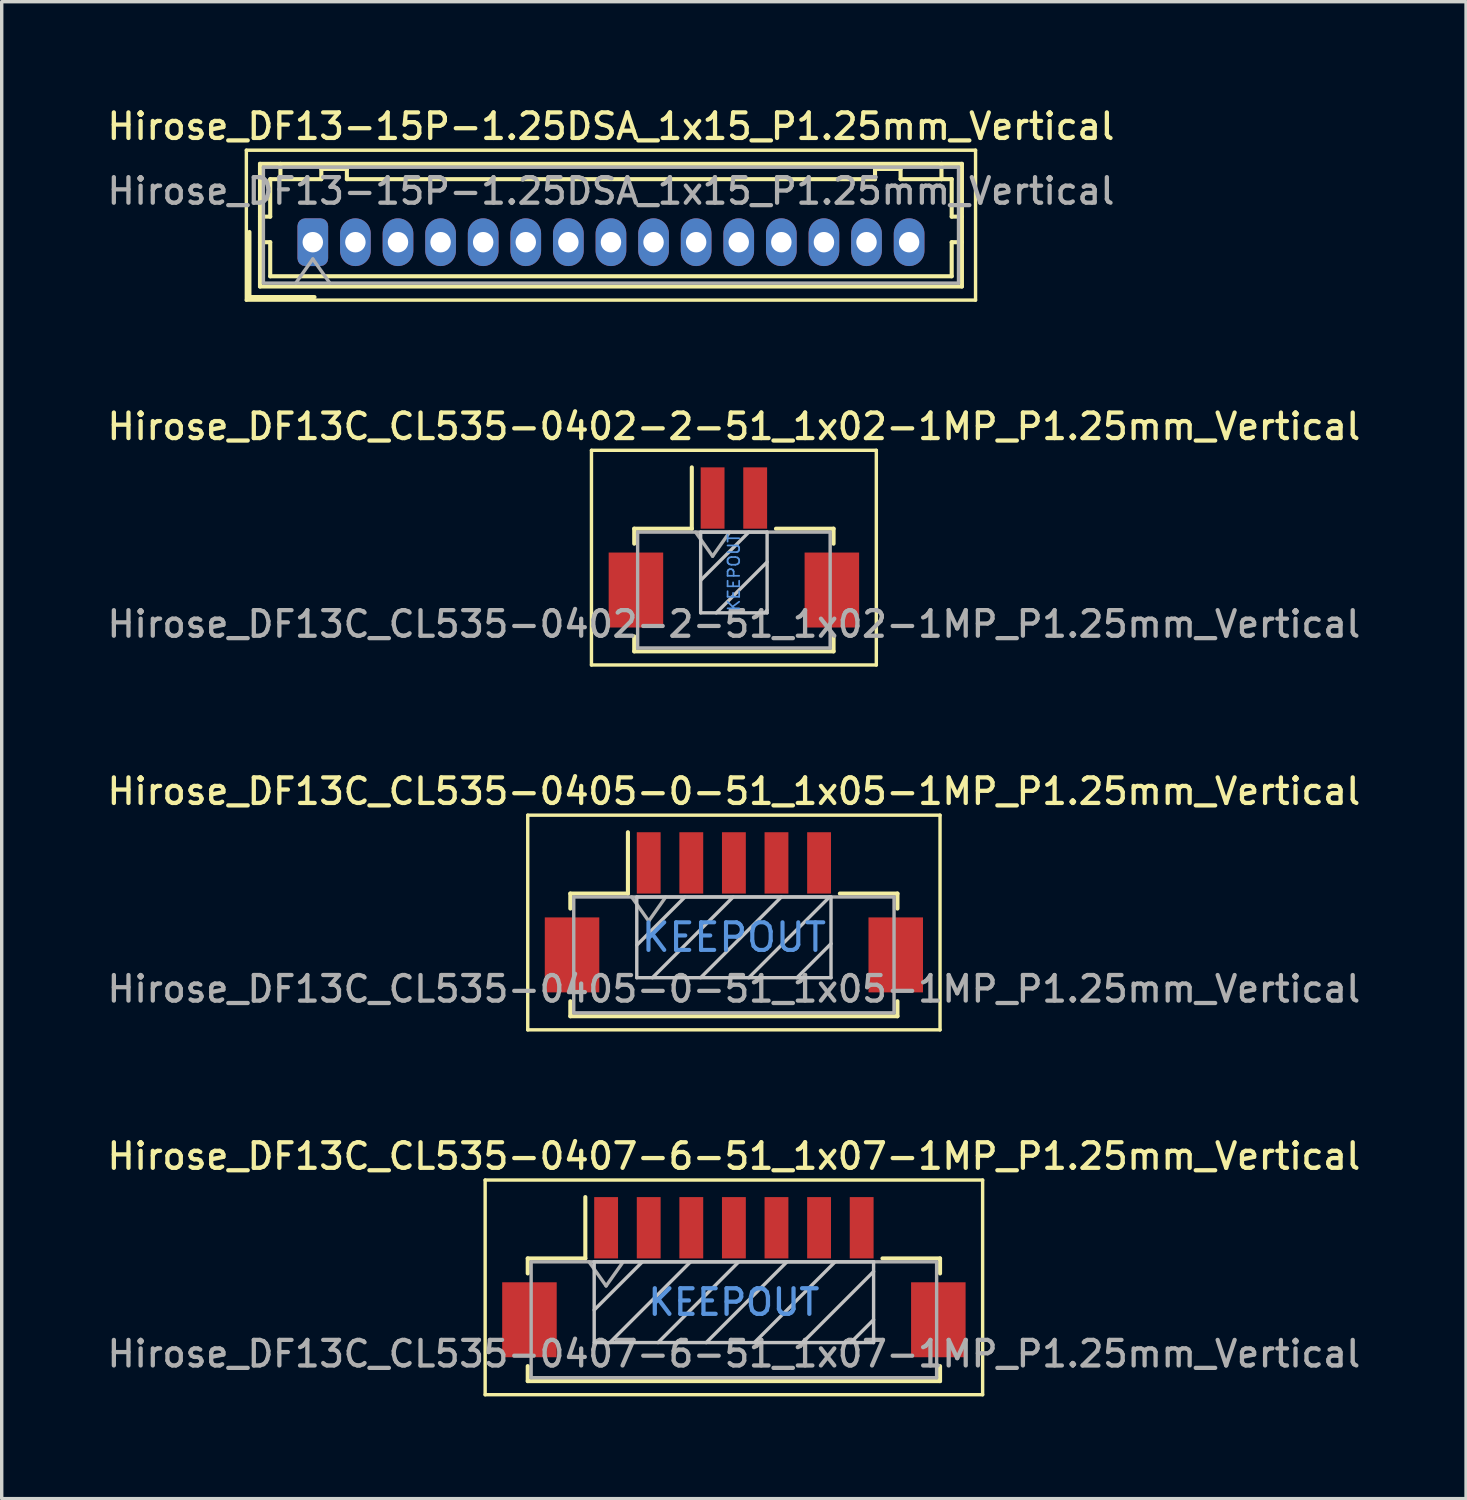
<source format=kicad_pcb>
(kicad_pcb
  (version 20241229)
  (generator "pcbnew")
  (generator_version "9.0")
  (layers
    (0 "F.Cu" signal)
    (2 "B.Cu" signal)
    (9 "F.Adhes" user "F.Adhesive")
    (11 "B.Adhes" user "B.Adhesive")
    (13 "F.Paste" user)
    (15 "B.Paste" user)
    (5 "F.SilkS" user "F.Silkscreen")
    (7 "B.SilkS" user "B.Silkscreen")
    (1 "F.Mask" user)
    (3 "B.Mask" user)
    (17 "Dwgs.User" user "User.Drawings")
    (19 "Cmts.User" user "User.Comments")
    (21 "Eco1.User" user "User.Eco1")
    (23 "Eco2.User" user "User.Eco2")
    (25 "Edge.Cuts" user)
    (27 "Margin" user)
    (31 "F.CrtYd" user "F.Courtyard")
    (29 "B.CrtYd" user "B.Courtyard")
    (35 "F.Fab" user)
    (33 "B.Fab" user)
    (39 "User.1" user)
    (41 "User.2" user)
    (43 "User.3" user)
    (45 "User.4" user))
  (footprint "Hirose_DF13-15P-1.25DSA_1x15_P1.25mm_Vertical"
    (layer "F.Cu")
    (at 6.13 4.058)
    (property "Reference" "Hirose_DF13-15P-1.25DSA_1x15_P1.25mm_Vertical" (at 8.75 -3.4 0) (layer "F.SilkS") (effects (font (size 0.75 0.75) (thickness 0.125))))
    (attr through_hole)
    (fp_line (start -1.95 -2.7) (end -1.95 1.7) (stroke (width 0.1) (type solid)) (layer "F.SilkS"))
    (fp_line (start -1.95 1.7) (end 19.45 1.7) (stroke (width 0.1) (type solid)) (layer "F.SilkS"))
    (fp_line (start -1.86 -0.3) (end -1.86 1.61) (stroke (width 0.12) (type solid)) (layer "F.SilkS"))
    (fp_line (start -1.86 1.61) (end 0.05 1.61) (stroke (width 0.12) (type solid)) (layer "F.SilkS"))
    (fp_line (start -1.55 -2.3) (end -1.55 1.3) (stroke (width 0.12) (type solid)) (layer "F.SilkS"))
    (fp_line (start -1.55 -0.75) (end -1.25 -0.75) (stroke (width 0.12) (type solid)) (layer "F.SilkS"))
    (fp_line (start -1.55 0) (end -1.25 0) (stroke (width 0.12) (type solid)) (layer "F.SilkS"))
    (fp_line (start -1.55 1.3) (end 19.05 1.3) (stroke (width 0.12) (type solid)) (layer "F.SilkS"))
    (fp_line (start -1.25 -1.85) (end -0.95 -1.85) (stroke (width 0.12) (type solid)) (layer "F.SilkS"))
    (fp_line (start -1.25 -0.75) (end -1.25 -1.85) (stroke (width 0.12) (type solid)) (layer "F.SilkS"))
    (fp_line (start -1.25 0) (end -1.25 1) (stroke (width 0.12) (type solid)) (layer "F.SilkS"))
    (fp_line (start -1.25 1) (end 18.75 1) (stroke (width 0.12) (type solid)) (layer "F.SilkS"))
    (fp_line (start -0.95 -1.85) (end -0.95 -2.3) (stroke (width 0.12) (type solid)) (layer "F.SilkS"))
    (fp_line (start -0.95 -1.85) (end 0.25 -1.85) (stroke (width 0.12) (type solid)) (layer "F.SilkS"))
    (fp_line (start 0.25 -2.15) (end 1 -2.15) (stroke (width 0.12) (type solid)) (layer "F.SilkS"))
    (fp_line (start 0.25 -1.85) (end 0.25 -2.15) (stroke (width 0.12) (type solid)) (layer "F.SilkS"))
    (fp_line (start 1 -2.15) (end 1 -1.85) (stroke (width 0.12) (type solid)) (layer "F.SilkS"))
    (fp_line (start 1 -1.85) (end 16.5 -1.85) (stroke (width 0.12) (type solid)) (layer "F.SilkS"))
    (fp_line (start 16.5 -2.15) (end 17.25 -2.15) (stroke (width 0.12) (type solid)) (layer "F.SilkS"))
    (fp_line (start 16.5 -1.85) (end 16.5 -2.15) (stroke (width 0.12) (type solid)) (layer "F.SilkS"))
    (fp_line (start 17.25 -2.15) (end 17.25 -1.85) (stroke (width 0.12) (type solid)) (layer "F.SilkS"))
    (fp_line (start 17.25 -1.85) (end 18.45 -1.85) (stroke (width 0.12) (type solid)) (layer "F.SilkS"))
    (fp_line (start 18.45 -1.85) (end 18.45 -2.3) (stroke (width 0.12) (type solid)) (layer "F.SilkS"))
    (fp_line (start 18.75 -1.85) (end 18.45 -1.85) (stroke (width 0.12) (type solid)) (layer "F.SilkS"))
    (fp_line (start 18.75 -0.75) (end 18.75 -1.85) (stroke (width 0.12) (type solid)) (layer "F.SilkS"))
    (fp_line (start 18.75 0) (end 19.05 0) (stroke (width 0.12) (type solid)) (layer "F.SilkS"))
    (fp_line (start 18.75 1) (end 18.75 0) (stroke (width 0.12) (type solid)) (layer "F.SilkS"))
    (fp_line (start 19.05 -2.3) (end -1.55 -2.3) (stroke (width 0.12) (type solid)) (layer "F.SilkS"))
    (fp_line (start 19.05 -0.75) (end 18.75 -0.75) (stroke (width 0.12) (type solid)) (layer "F.SilkS"))
    (fp_line (start 19.05 1.3) (end 19.05 -2.3) (stroke (width 0.12) (type solid)) (layer "F.SilkS"))
    (fp_line (start 19.45 -2.7) (end -1.95 -2.7) (stroke (width 0.1) (type solid)) (layer "F.SilkS"))
    (fp_line (start 19.45 1.7) (end 19.45 -2.7) (stroke (width 0.1) (type solid)) (layer "F.SilkS"))
    (fp_line (start -1.45 -2.2) (end -1.45 1.2) (stroke (width 0.1) (type solid)) (layer "F.Fab"))
    (fp_line (start -1.45 1.2) (end 18.95 1.2) (stroke (width 0.1) (type solid)) (layer "F.Fab"))
    (fp_line (start -0.5 1.2) (end 0 0.493) (stroke (width 0.1) (type solid)) (layer "F.Fab"))
    (fp_line (start 0 0.493) (end 0.5 1.2) (stroke (width 0.1) (type solid)) (layer "F.Fab"))
    (fp_line (start 18.95 -2.2) (end -1.45 -2.2) (stroke (width 0.1) (type solid)) (layer "F.Fab"))
    (fp_line (start 18.95 1.2) (end 18.95 -2.2) (stroke (width 0.1) (type solid)) (layer "F.Fab"))
    (fp_text user "${REFERENCE}" (at 8.75 -1.5 0) (layer "F.Fab") (effects (font (size 0.75 0.75) (thickness 0.125))))
    (pad "1" thru_hole roundrect (at 0 0) (size 0.9 1.4) (drill 0.6) (layers "*.Cu" "*.Mask") (roundrect_rratio 0.25))
    (pad "2" thru_hole oval (at 1.25 0) (size 0.9 1.4) (drill 0.6) (layers "*.Cu" "*.Mask"))
    (pad "3" thru_hole oval (at 2.5 0) (size 0.9 1.4) (drill 0.6) (layers "*.Cu" "*.Mask"))
    (pad "4" thru_hole oval (at 3.75 0) (size 0.9 1.4) (drill 0.6) (layers "*.Cu" "*.Mask"))
    (pad "5" thru_hole oval (at 5 0) (size 0.9 1.4) (drill 0.6) (layers "*.Cu" "*.Mask"))
    (pad "6" thru_hole oval (at 6.25 0) (size 0.9 1.4) (drill 0.6) (layers "*.Cu" "*.Mask"))
    (pad "7" thru_hole oval (at 7.5 0) (size 0.9 1.4) (drill 0.6) (layers "*.Cu" "*.Mask"))
    (pad "8" thru_hole oval (at 8.75 0) (size 0.9 1.4) (drill 0.6) (layers "*.Cu" "*.Mask"))
    (pad "9" thru_hole oval (at 10 0) (size 0.9 1.4) (drill 0.6) (layers "*.Cu" "*.Mask"))
    (pad "10" thru_hole oval (at 11.25 0) (size 0.9 1.4) (drill 0.6) (layers "*.Cu" "*.Mask"))
    (pad "11" thru_hole oval (at 12.5 0) (size 0.9 1.4) (drill 0.6) (layers "*.Cu" "*.Mask"))
    (pad "12" thru_hole oval (at 13.75 0) (size 0.9 1.4) (drill 0.6) (layers "*.Cu" "*.Mask"))
    (pad "13" thru_hole oval (at 15 0) (size 0.9 1.4) (drill 0.6) (layers "*.Cu" "*.Mask"))
    (pad "14" thru_hole oval (at 16.25 0) (size 0.9 1.4) (drill 0.6) (layers "*.Cu" "*.Mask"))
    (pad "15" thru_hole oval (at 17.5 0) (size 0.9 1.4) (drill 0.6) (layers "*.Cu" "*.Mask")))
  (footprint "Hirose_DF13C_CL535-0407-6-51_1x07-1MP_P1.25mm_Vertical"
    (layer "F.Cu")
    (at 18.488 34.432)
    (property "Reference" "Hirose_DF13C_CL535-0407-6-51_1x07-1MP_P1.25mm_Vertical" (at 0 -3.55 0) (layer "F.SilkS") (effects (font (size 0.75 0.75) (thickness 0.125))))
    (attr smd)
    (fp_line (start -7.3 -2.85) (end -7.3 3.45) (stroke (width 0.1) (type solid)) (layer "F.SilkS"))
    (fp_line (start -7.3 3.45) (end 7.3 3.45) (stroke (width 0.1) (type solid)) (layer "F.SilkS"))
    (fp_line (start -6.05 -0.55) (end -6.05 -0.11) (stroke (width 0.12) (type solid)) (layer "F.SilkS"))
    (fp_line (start -6.05 2.61) (end -6.05 3.05) (stroke (width 0.12) (type solid)) (layer "F.SilkS"))
    (fp_line (start -6.05 3.05) (end 6.05 3.05) (stroke (width 0.12) (type solid)) (layer "F.SilkS"))
    (fp_line (start -4.36 -0.55) (end -6.05 -0.55) (stroke (width 0.12) (type solid)) (layer "F.SilkS"))
    (fp_line (start -4.36 -0.55) (end -4.36 -2.35) (stroke (width 0.12) (type solid)) (layer "F.SilkS"))
    (fp_line (start 4.36 -0.55) (end 6.05 -0.55) (stroke (width 0.12) (type solid)) (layer "F.SilkS"))
    (fp_line (start 6.05 -0.55) (end 6.05 -0.11) (stroke (width 0.12) (type solid)) (layer "F.SilkS"))
    (fp_line (start 6.05 3.05) (end 6.05 2.61) (stroke (width 0.12) (type solid)) (layer "F.SilkS"))
    (fp_line (start 7.3 -2.85) (end -7.3 -2.85) (stroke (width 0.1) (type solid)) (layer "F.SilkS"))
    (fp_line (start 7.3 3.45) (end 7.3 -2.85) (stroke (width 0.1) (type solid)) (layer "F.SilkS"))
    (fp_line (start -4.1 -0.45) (end -4.1 1.92) (stroke (width 0.1) (type solid)) (layer "Dwgs.User"))
    (fp_line (start -4.1 1.92) (end 4.1 1.92) (stroke (width 0.1) (type solid)) (layer "Dwgs.User"))
    (fp_line (start -2.686 -0.45) (end -4.1 0.964) (stroke (width 0.1) (type solid)) (layer "Dwgs.User"))
    (fp_line (start -1.272 -0.45) (end -3.642 1.92) (stroke (width 0.1) (type solid)) (layer "Dwgs.User"))
    (fp_line (start 0.143 -0.45) (end -2.227 1.92) (stroke (width 0.1) (type solid)) (layer "Dwgs.User"))
    (fp_line (start 1.557 -0.45) (end -0.813 1.92) (stroke (width 0.1) (type solid)) (layer "Dwgs.User"))
    (fp_line (start 2.971 -0.45) (end 0.601 1.92) (stroke (width 0.1) (type solid)) (layer "Dwgs.User"))
    (fp_line (start 4.1 -0.45) (end -4.1 -0.45) (stroke (width 0.1) (type solid)) (layer "Dwgs.User"))
    (fp_line (start 4.1 -0.165) (end 2.015 1.92) (stroke (width 0.1) (type solid)) (layer "Dwgs.User"))
    (fp_line (start 4.1 1.249) (end 3.429 1.92) (stroke (width 0.1) (type solid)) (layer "Dwgs.User"))
    (fp_line (start 4.1 1.92) (end 4.1 -0.45) (stroke (width 0.1) (type solid)) (layer "Dwgs.User"))
    (fp_line (start -5.95 -0.45) (end -5.95 2.95) (stroke (width 0.1) (type solid)) (layer "F.Fab"))
    (fp_line (start -5.95 2.95) (end 5.95 2.95) (stroke (width 0.1) (type solid)) (layer "F.Fab"))
    (fp_line (start -4.25 -0.45) (end -3.75 0.257) (stroke (width 0.1) (type solid)) (layer "F.Fab"))
    (fp_line (start -3.75 0.257) (end -3.25 -0.45) (stroke (width 0.1) (type solid)) (layer "F.Fab"))
    (fp_line (start 5.95 -0.45) (end -5.95 -0.45) (stroke (width 0.1) (type solid)) (layer "F.Fab"))
    (fp_line (start 5.95 2.95) (end 5.95 -0.45) (stroke (width 0.1) (type solid)) (layer "F.Fab"))
    (fp_text user "KEEPOUT" (at 0 0.735 0) (layer "Cmts.User") (effects (font (size 0.75 0.75) (thickness 0.125))))
    (fp_text user "${REFERENCE}" (at 0 2.25 0) (layer "F.Fab") (effects (font (size 0.75 0.75) (thickness 0.125))))
    (pad "1" smd rect (at -3.75 -1.45) (size 0.7 1.8) (layers "F.Cu" "F.Mask" "F.Paste"))
    (pad "2" smd rect (at -2.5 -1.45) (size 0.7 1.8) (layers "F.Cu" "F.Mask" "F.Paste"))
    (pad "3" smd rect (at -1.25 -1.45) (size 0.7 1.8) (layers "F.Cu" "F.Mask" "F.Paste"))
    (pad "4" smd rect (at 0 -1.45) (size 0.7 1.8) (layers "F.Cu" "F.Mask" "F.Paste"))
    (pad "5" smd rect (at 1.25 -1.45) (size 0.7 1.8) (layers "F.Cu" "F.Mask" "F.Paste"))
    (pad "6" smd rect (at 2.5 -1.45) (size 0.7 1.8) (layers "F.Cu" "F.Mask" "F.Paste"))
    (pad "7" smd rect (at 3.75 -1.45) (size 0.7 1.8) (layers "F.Cu" "F.Mask" "F.Paste"))
    (pad "MP" smd rect (at -6 1.25) (size 1.6 2.2) (layers "F.Cu" "F.Mask" "F.Paste"))
    (pad "MP" smd rect (at 6 1.25) (size 1.6 2.2) (layers "F.Cu" "F.Mask" "F.Paste")))
  (footprint "Hirose_DF13C_CL535-0405-0-51_1x05-1MP_P1.25mm_Vertical"
    (layer "F.Cu")
    (at 18.488 23.724)
    (property "Reference" "Hirose_DF13C_CL535-0405-0-51_1x05-1MP_P1.25mm_Vertical" (at 0 -3.55 0) (layer "F.SilkS") (effects (font (size 0.75 0.75) (thickness 0.125))))
    (attr smd)
    (fp_line (start -6.05 -2.85) (end -6.05 3.45) (stroke (width 0.1) (type solid)) (layer "F.SilkS"))
    (fp_line (start -6.05 3.45) (end 6.05 3.45) (stroke (width 0.1) (type solid)) (layer "F.SilkS"))
    (fp_line (start -4.8 -0.55) (end -4.8 -0.11) (stroke (width 0.12) (type solid)) (layer "F.SilkS"))
    (fp_line (start -4.8 2.61) (end -4.8 3.05) (stroke (width 0.12) (type solid)) (layer "F.SilkS"))
    (fp_line (start -4.8 3.05) (end 4.8 3.05) (stroke (width 0.12) (type solid)) (layer "F.SilkS"))
    (fp_line (start -3.11 -0.55) (end -4.8 -0.55) (stroke (width 0.12) (type solid)) (layer "F.SilkS"))
    (fp_line (start -3.11 -0.55) (end -3.11 -2.35) (stroke (width 0.12) (type solid)) (layer "F.SilkS"))
    (fp_line (start 3.11 -0.55) (end 4.8 -0.55) (stroke (width 0.12) (type solid)) (layer "F.SilkS"))
    (fp_line (start 4.8 -0.55) (end 4.8 -0.11) (stroke (width 0.12) (type solid)) (layer "F.SilkS"))
    (fp_line (start 4.8 3.05) (end 4.8 2.61) (stroke (width 0.12) (type solid)) (layer "F.SilkS"))
    (fp_line (start 6.05 -2.85) (end -6.05 -2.85) (stroke (width 0.1) (type solid)) (layer "F.SilkS"))
    (fp_line (start 6.05 3.45) (end 6.05 -2.85) (stroke (width 0.1) (type solid)) (layer "F.SilkS"))
    (fp_line (start -2.85 -0.45) (end -2.85 1.92) (stroke (width 0.1) (type solid)) (layer "Dwgs.User"))
    (fp_line (start -2.85 1.92) (end 2.85 1.92) (stroke (width 0.1) (type solid)) (layer "Dwgs.User"))
    (fp_line (start -1.436 -0.45) (end -2.85 0.964) (stroke (width 0.1) (type solid)) (layer "Dwgs.User"))
    (fp_line (start -0.022 -0.45) (end -2.392 1.92) (stroke (width 0.1) (type solid)) (layer "Dwgs.User"))
    (fp_line (start 1.393 -0.45) (end -0.977 1.92) (stroke (width 0.1) (type solid)) (layer "Dwgs.User"))
    (fp_line (start 2.807 -0.45) (end 0.437 1.92) (stroke (width 0.1) (type solid)) (layer "Dwgs.User"))
    (fp_line (start 2.85 -0.45) (end -2.85 -0.45) (stroke (width 0.1) (type solid)) (layer "Dwgs.User"))
    (fp_line (start 2.85 0.921) (end 1.851 1.92) (stroke (width 0.1) (type solid)) (layer "Dwgs.User"))
    (fp_line (start 2.85 1.92) (end 2.85 -0.45) (stroke (width 0.1) (type solid)) (layer "Dwgs.User"))
    (fp_line (start -4.7 -0.45) (end -4.7 2.95) (stroke (width 0.1) (type solid)) (layer "F.Fab"))
    (fp_line (start -4.7 2.95) (end 4.7 2.95) (stroke (width 0.1) (type solid)) (layer "F.Fab"))
    (fp_line (start -3 -0.45) (end -2.5 0.257) (stroke (width 0.1) (type solid)) (layer "F.Fab"))
    (fp_line (start -2.5 0.257) (end -2 -0.45) (stroke (width 0.1) (type solid)) (layer "F.Fab"))
    (fp_line (start 4.7 -0.45) (end -4.7 -0.45) (stroke (width 0.1) (type solid)) (layer "F.Fab"))
    (fp_line (start 4.7 2.95) (end 4.7 -0.45) (stroke (width 0.1) (type solid)) (layer "F.Fab"))
    (fp_text user "KEEPOUT" (at 0 0.735 0) (layer "Cmts.User") (effects (font (size 0.81 0.81) (thickness 0.121))))
    (fp_text user "${REFERENCE}" (at 0 2.25 0) (layer "F.Fab") (effects (font (size 0.75 0.75) (thickness 0.125))))
    (pad "1" smd rect (at -2.5 -1.45) (size 0.7 1.8) (layers "F.Cu" "F.Mask" "F.Paste"))
    (pad "2" smd rect (at -1.25 -1.45) (size 0.7 1.8) (layers "F.Cu" "F.Mask" "F.Paste"))
    (pad "3" smd rect (at 0 -1.45) (size 0.7 1.8) (layers "F.Cu" "F.Mask" "F.Paste"))
    (pad "4" smd rect (at 1.25 -1.45) (size 0.7 1.8) (layers "F.Cu" "F.Mask" "F.Paste"))
    (pad "5" smd rect (at 2.5 -1.45) (size 0.7 1.8) (layers "F.Cu" "F.Mask" "F.Paste"))
    (pad "MP" smd rect (at -4.75 1.25) (size 1.6 2.2) (layers "F.Cu" "F.Mask" "F.Paste"))
    (pad "MP" smd rect (at 4.75 1.25) (size 1.6 2.2) (layers "F.Cu" "F.Mask" "F.Paste")))
  (footprint "Hirose_DF13C_CL535-0402-2-51_1x02-1MP_P1.25mm_Vertical"
    (layer "F.Cu")
    (at 18.488 13.016)
    (property "Reference" "Hirose_DF13C_CL535-0402-2-51_1x02-1MP_P1.25mm_Vertical" (at 0 -3.55 0) (layer "F.SilkS") (effects (font (size 0.75 0.75) (thickness 0.125))))
    (attr smd)
    (fp_line (start -4.18 -2.85) (end -4.18 3.45) (stroke (width 0.1) (type solid)) (layer "F.SilkS"))
    (fp_line (start -4.18 3.45) (end 4.18 3.45) (stroke (width 0.1) (type solid)) (layer "F.SilkS"))
    (fp_line (start -2.925 -0.55) (end -2.925 -0.11) (stroke (width 0.12) (type solid)) (layer "F.SilkS"))
    (fp_line (start -2.925 2.61) (end -2.925 3.05) (stroke (width 0.12) (type solid)) (layer "F.SilkS"))
    (fp_line (start -2.925 3.05) (end 2.925 3.05) (stroke (width 0.12) (type solid)) (layer "F.SilkS"))
    (fp_line (start -1.235 -0.55) (end -2.925 -0.55) (stroke (width 0.12) (type solid)) (layer "F.SilkS"))
    (fp_line (start -1.235 -0.55) (end -1.235 -2.35) (stroke (width 0.12) (type solid)) (layer "F.SilkS"))
    (fp_line (start 1.235 -0.55) (end 2.925 -0.55) (stroke (width 0.12) (type solid)) (layer "F.SilkS"))
    (fp_line (start 2.925 -0.55) (end 2.925 -0.11) (stroke (width 0.12) (type solid)) (layer "F.SilkS"))
    (fp_line (start 2.925 3.05) (end 2.925 2.61) (stroke (width 0.12) (type solid)) (layer "F.SilkS"))
    (fp_line (start 4.18 -2.85) (end -4.18 -2.85) (stroke (width 0.1) (type solid)) (layer "F.SilkS"))
    (fp_line (start 4.18 3.45) (end 4.18 -2.85) (stroke (width 0.1) (type solid)) (layer "F.SilkS"))
    (fp_line (start -0.975 -0.45) (end -0.975 1.92) (stroke (width 0.1) (type solid)) (layer "Dwgs.User"))
    (fp_line (start -0.975 1.92) (end 0.975 1.92) (stroke (width 0.1) (type solid)) (layer "Dwgs.User"))
    (fp_line (start 0.439 -0.45) (end -0.975 0.964) (stroke (width 0.1) (type solid)) (layer "Dwgs.User"))
    (fp_line (start 0.975 -0.45) (end -0.975 -0.45) (stroke (width 0.1) (type solid)) (layer "Dwgs.User"))
    (fp_line (start 0.975 0.428) (end -0.517 1.92) (stroke (width 0.1) (type solid)) (layer "Dwgs.User"))
    (fp_line (start 0.975 1.843) (end 0.898 1.92) (stroke (width 0.1) (type solid)) (layer "Dwgs.User"))
    (fp_line (start 0.975 1.92) (end 0.975 -0.45) (stroke (width 0.1) (type solid)) (layer "Dwgs.User"))
    (fp_line (start -2.825 -0.45) (end -2.825 2.95) (stroke (width 0.1) (type solid)) (layer "F.Fab"))
    (fp_line (start -2.825 2.95) (end 2.825 2.95) (stroke (width 0.1) (type solid)) (layer "F.Fab"))
    (fp_line (start -1.125 -0.45) (end -0.625 0.257) (stroke (width 0.1) (type solid)) (layer "F.Fab"))
    (fp_line (start -0.625 0.257) (end -0.125 -0.45) (stroke (width 0.1) (type solid)) (layer "F.Fab"))
    (fp_line (start 2.825 -0.45) (end -2.825 -0.45) (stroke (width 0.1) (type solid)) (layer "F.Fab"))
    (fp_line (start 2.825 2.95) (end 2.825 -0.45) (stroke (width 0.1) (type solid)) (layer "F.Fab"))
    (fp_text user "KEEPOUT" (at 0 0.735 90) (layer "Cmts.User") (effects (font (size 0.34 0.34) (thickness 0.051))))
    (fp_text user "${REFERENCE}" (at 0 2.25 0) (layer "F.Fab") (effects (font (size 0.75 0.75) (thickness 0.125))))
    (pad "1" smd rect (at -0.625 -1.45) (size 0.7 1.8) (layers "F.Cu" "F.Mask" "F.Paste"))
    (pad "2" smd rect (at 0.625 -1.45) (size 0.7 1.8) (layers "F.Cu" "F.Mask" "F.Paste"))
    (pad "MP" smd rect (at -2.875 1.25) (size 1.6 2.2) (layers "F.Cu" "F.Mask" "F.Paste"))
    (pad "MP" smd rect (at 2.875 1.25) (size 1.6 2.2) (layers "F.Cu" "F.Mask" "F.Paste")))
  (gr_rect
    (start -3 -3)
    (end 39.975 40.932)
    (stroke (width 0.1) (type default))
    (fill no)
    (layer "Edge.Cuts")))
</source>
